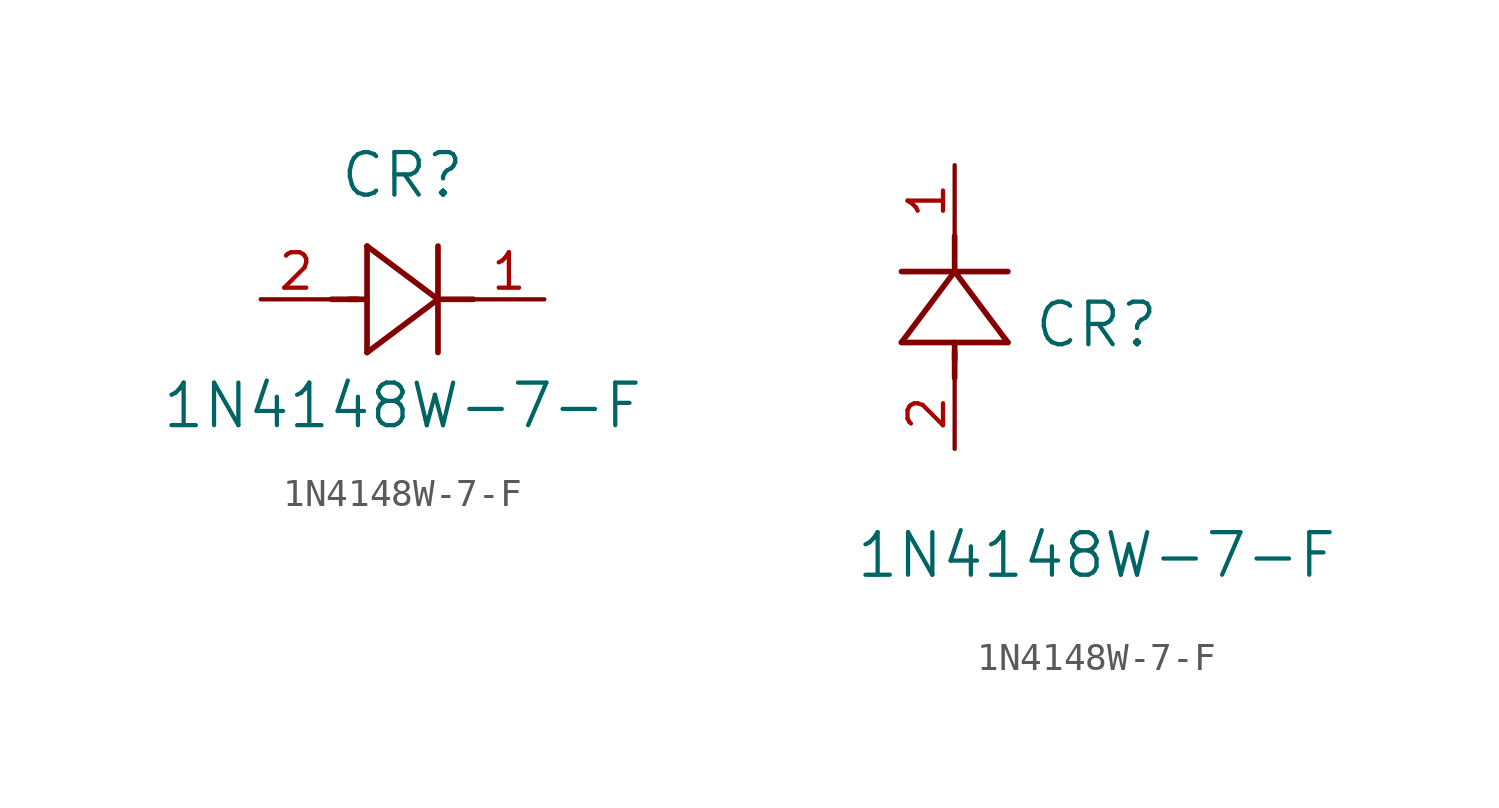
<source format=kicad_sym>
(kicad_symbol_lib
  (version 20211014)
  (generator kicad_symbol_editor)
  (symbol "1N4148W-7-F"
    (pin_names
      (offset 0.254))
    (property "Reference" "CR"
      (at 5.08 4.445 0)
      (effects (font (size 1.524 1.524))))
    (property "Value" "1N4148W-7-F"
      (at 5.08 -3.81 0)
      (effects (font (size 1.524 1.524))))
    (symbol "1N4148W-7-F_1_1"
      (polyline (pts (xy 2.54 0) (xy 3.48 0)) (stroke (width 0.203) (type default) (color 0 0 0 0)) (fill (type none)))
      (polyline (pts (xy 3.81 1.905) (xy 3.81 -1.905)) (stroke (width 0.203) (type default) (color 0 0 0 0)) (fill (type none)))
      (polyline (pts (xy 3.175 0) (xy 3.81 0)) (stroke (width 0.203) (type default) (color 0 0 0 0)) (fill (type none)))
      (polyline (pts (xy 6.35 -1.905) (xy 6.35 1.905)) (stroke (width 0.203) (type default) (color 0 0 0 0)) (fill (type none)))
      (polyline (pts (xy 6.35 0) (xy 7.62 0)) (stroke (width 0.203) (type default) (color 0 0 0 0)) (fill (type none)))
      (polyline (pts (xy 6.35 0) (xy 3.81 1.905)) (stroke (width 0.203) (type default) (color 0 0 0 0)) (fill (type none)))
      (polyline (pts (xy 3.81 -1.905) (xy 6.35 0)) (stroke (width 0.203) (type default) (color 0 0 0 0)) (fill (type none)))
      (pin unspecified line (at 0 0 0) (length 2.54) (name "" (effects (font (size 1.27 1.27)))) (number "2" (effects (font (size 1.27 1.27)))))
      (pin unspecified line (at 10.16 0 180) (length 2.54) (name "" (effects (font (size 1.27 1.27)))) (number "1" (effects (font (size 1.27 1.27))))))
    (symbol "1N4148W-7-F_1_2"
      (polyline (pts (xy 0 2.54) (xy 0 3.48)) (stroke (width 0.203) (type default) (color 0 0 0 0)) (fill (type none)))
      (polyline (pts (xy -1.905 3.81) (xy 1.905 3.81)) (stroke (width 0.203) (type default) (color 0 0 0 0)) (fill (type none)))
      (polyline (pts (xy 0 3.175) (xy 0 3.81)) (stroke (width 0.203) (type default) (color 0 0 0 0)) (fill (type none)))
      (polyline (pts (xy 1.905 6.35) (xy -1.905 6.35)) (stroke (width 0.203) (type default) (color 0 0 0 0)) (fill (type none)))
      (polyline (pts (xy 0 6.35) (xy 0 7.62)) (stroke (width 0.203) (type default) (color 0 0 0 0)) (fill (type none)))
      (polyline (pts (xy 0 6.35) (xy -1.905 3.81)) (stroke (width 0.203) (type default) (color 0 0 0 0)) (fill (type none)))
      (polyline (pts (xy 1.905 3.81) (xy 0 6.35)) (stroke (width 0.203) (type default) (color 0 0 0 0)) (fill (type none)))
      (pin unspecified line (at 0 0 90) (length 2.54) (name "" (effects (font (size 1.27 1.27)))) (number "2" (effects (font (size 1.27 1.27)))))
      (pin unspecified line (at 0 10.16 270) (length 2.54) (name "" (effects (font (size 1.27 1.27)))) (number "1" (effects (font (size 1.27 1.27))))))))
</source>
